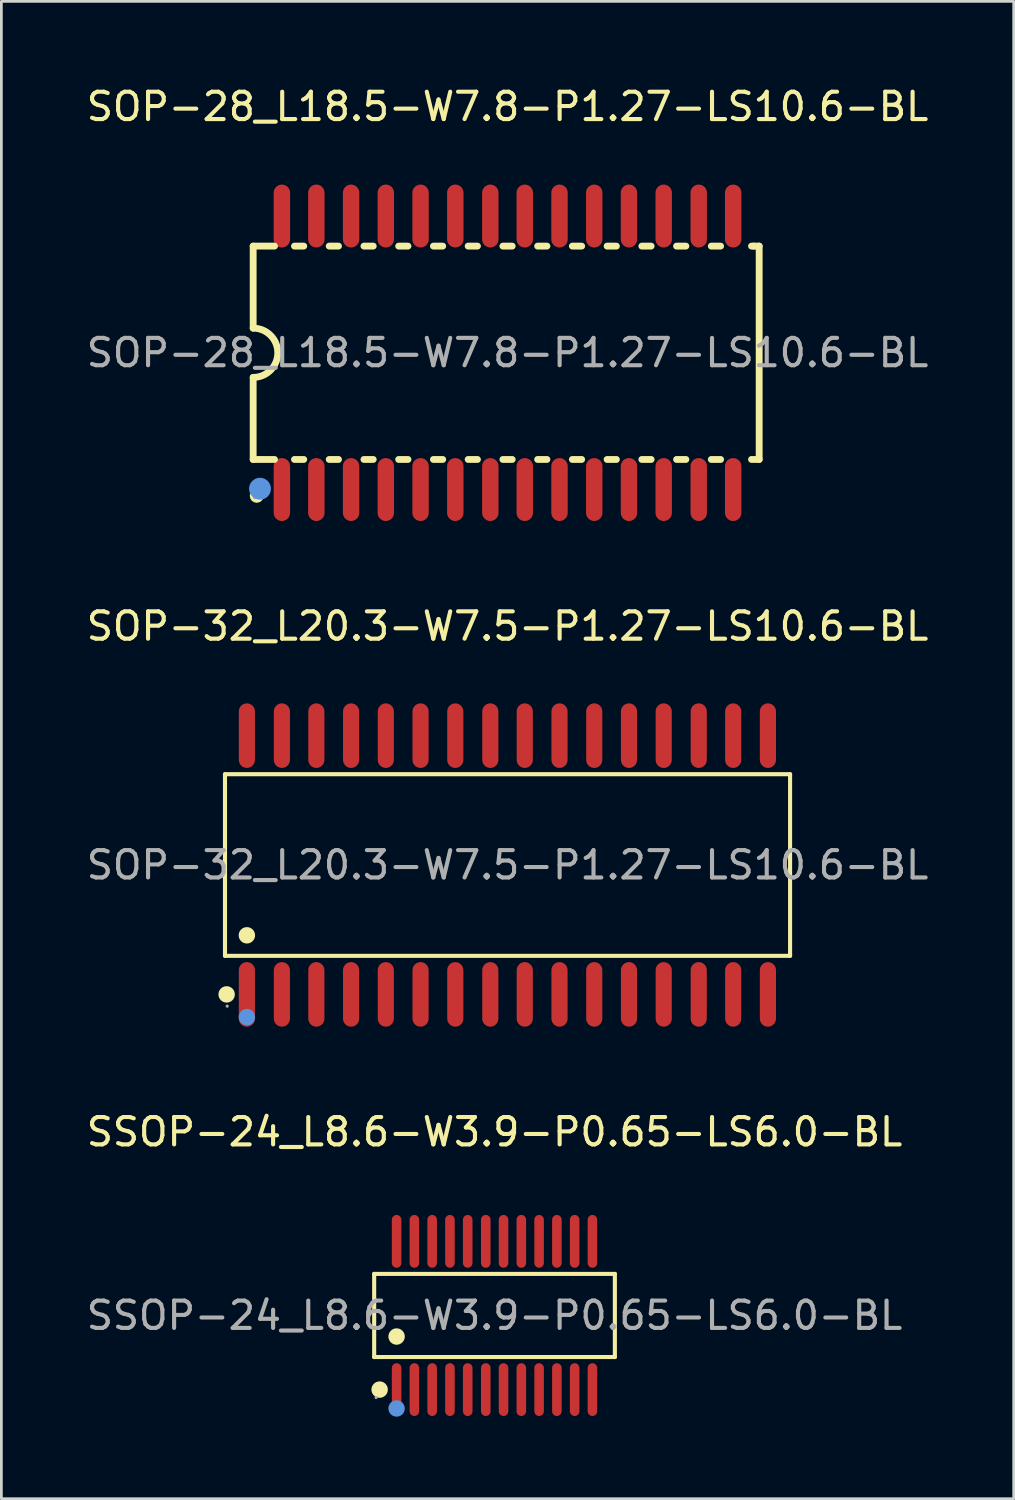
<source format=kicad_pcb>
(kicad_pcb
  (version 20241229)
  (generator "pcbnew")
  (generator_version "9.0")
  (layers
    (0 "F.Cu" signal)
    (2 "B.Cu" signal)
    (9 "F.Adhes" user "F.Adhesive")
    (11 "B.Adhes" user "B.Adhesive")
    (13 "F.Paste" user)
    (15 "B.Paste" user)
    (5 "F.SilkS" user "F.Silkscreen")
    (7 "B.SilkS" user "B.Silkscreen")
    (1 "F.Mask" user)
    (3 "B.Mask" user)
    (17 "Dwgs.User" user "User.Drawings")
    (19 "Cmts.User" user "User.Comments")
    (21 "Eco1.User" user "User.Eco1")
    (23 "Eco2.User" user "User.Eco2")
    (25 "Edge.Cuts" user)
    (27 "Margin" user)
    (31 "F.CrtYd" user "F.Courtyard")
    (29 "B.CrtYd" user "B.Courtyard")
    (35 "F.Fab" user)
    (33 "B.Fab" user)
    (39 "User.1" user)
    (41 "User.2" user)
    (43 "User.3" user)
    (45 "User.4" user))
  (footprint "SOP-32_L20.3-W7.5-P1.27-LS10.6-BL"
    (layer "F.Cu")
    (at 15.506 28.576)
    (property "Reference" "SOP-32_L20.3-W7.5-P1.27-LS10.6-BL" (at 0 -8.73 0) (layer "F.SilkS") (effects (font (size 1 1) (thickness 0.15))))
    (attr through_hole)
    (fp_line (start -10.33 -3.32) (end 10.33 -3.32) (stroke (width 0.15) (type solid)) (layer "F.SilkS"))
    (fp_line (start -10.33 3.32) (end -10.33 -3.32) (stroke (width 0.15) (type solid)) (layer "F.SilkS"))
    (fp_line (start 10.33 -3.32) (end 10.33 3.32) (stroke (width 0.15) (type solid)) (layer "F.SilkS"))
    (fp_line (start 10.33 3.32) (end -10.33 3.32) (stroke (width 0.15) (type solid)) (layer "F.SilkS"))
    (fp_circle (center -10.27 4.73) (end -10.12 4.73) (stroke (width 0.3) (type solid)) (fill no) (layer "F.SilkS"))
    (fp_circle (center -9.53 2.57) (end -9.38 2.57) (stroke (width 0.3) (type solid)) (fill no) (layer "F.SilkS"))
    (fp_circle (center -9.53 5.56) (end -9.38 5.56) (stroke (width 0.3) (type solid)) (fill no) (layer "Cmts.User"))
    (fp_circle (center -10.25 5.16) (end -10.22 5.16) (stroke (width 0.06) (type solid)) (fill no) (layer "F.Fab"))
    (fp_text user "${REFERENCE}" (at 0 0 0) (layer "F.Fab") (effects (font (size 1 1) (thickness 0.15))))
    (pad "1" smd oval (at -9.53 4.73) (size 0.59 2.36) (layers "F.Cu" "F.Mask" "F.Paste"))
    (pad "2" smd oval (at -8.25 4.73) (size 0.59 2.36) (layers "F.Cu" "F.Mask" "F.Paste"))
    (pad "3" smd oval (at -6.99 4.73) (size 0.59 2.36) (layers "F.Cu" "F.Mask" "F.Paste"))
    (pad "4" smd oval (at -5.72 4.73) (size 0.59 2.36) (layers "F.Cu" "F.Mask" "F.Paste"))
    (pad "5" smd oval (at -4.45 4.73) (size 0.59 2.36) (layers "F.Cu" "F.Mask" "F.Paste"))
    (pad "6" smd oval (at -3.18 4.73) (size 0.59 2.36) (layers "F.Cu" "F.Mask" "F.Paste"))
    (pad "7" smd oval (at -1.91 4.73) (size 0.59 2.36) (layers "F.Cu" "F.Mask" "F.Paste"))
    (pad "8" smd oval (at -0.63 4.73) (size 0.59 2.36) (layers "F.Cu" "F.Mask" "F.Paste"))
    (pad "9" smd oval (at 0.63 4.73) (size 0.59 2.36) (layers "F.Cu" "F.Mask" "F.Paste"))
    (pad "10" smd oval (at 1.9 4.73) (size 0.59 2.36) (layers "F.Cu" "F.Mask" "F.Paste"))
    (pad "11" smd oval (at 3.17 4.73) (size 0.59 2.36) (layers "F.Cu" "F.Mask" "F.Paste"))
    (pad "12" smd oval (at 4.44 4.73) (size 0.59 2.36) (layers "F.Cu" "F.Mask" "F.Paste"))
    (pad "13" smd oval (at 5.71 4.73) (size 0.59 2.36) (layers "F.Cu" "F.Mask" "F.Paste"))
    (pad "14" smd oval (at 6.99 4.73) (size 0.59 2.36) (layers "F.Cu" "F.Mask" "F.Paste"))
    (pad "15" smd oval (at 8.25 4.73) (size 0.59 2.36) (layers "F.Cu" "F.Mask" "F.Paste"))
    (pad "16" smd oval (at 9.52 4.73) (size 0.59 2.36) (layers "F.Cu" "F.Mask" "F.Paste"))
    (pad "17" smd oval (at 9.52 -4.73) (size 0.59 2.36) (layers "F.Cu" "F.Mask" "F.Paste"))
    (pad "18" smd oval (at 8.25 -4.73) (size 0.59 2.36) (layers "F.Cu" "F.Mask" "F.Paste"))
    (pad "19" smd oval (at 6.99 -4.73) (size 0.59 2.36) (layers "F.Cu" "F.Mask" "F.Paste"))
    (pad "20" smd oval (at 5.71 -4.73) (size 0.59 2.36) (layers "F.Cu" "F.Mask" "F.Paste"))
    (pad "21" smd oval (at 4.44 -4.73) (size 0.59 2.36) (layers "F.Cu" "F.Mask" "F.Paste"))
    (pad "22" smd oval (at 3.17 -4.73) (size 0.59 2.36) (layers "F.Cu" "F.Mask" "F.Paste"))
    (pad "23" smd oval (at 1.9 -4.73) (size 0.59 2.36) (layers "F.Cu" "F.Mask" "F.Paste"))
    (pad "24" smd oval (at 0.63 -4.73) (size 0.59 2.36) (layers "F.Cu" "F.Mask" "F.Paste"))
    (pad "25" smd oval (at -0.63 -4.73) (size 0.59 2.36) (layers "F.Cu" "F.Mask" "F.Paste"))
    (pad "26" smd oval (at -1.91 -4.73) (size 0.59 2.36) (layers "F.Cu" "F.Mask" "F.Paste"))
    (pad "27" smd oval (at -3.18 -4.73) (size 0.59 2.36) (layers "F.Cu" "F.Mask" "F.Paste"))
    (pad "28" smd oval (at -4.45 -4.73) (size 0.59 2.36) (layers "F.Cu" "F.Mask" "F.Paste"))
    (pad "29" smd oval (at -5.72 -4.73) (size 0.59 2.36) (layers "F.Cu" "F.Mask" "F.Paste"))
    (pad "30" smd oval (at -6.99 -4.73) (size 0.59 2.36) (layers "F.Cu" "F.Mask" "F.Paste"))
    (pad "31" smd oval (at -8.25 -4.73) (size 0.59 2.36) (layers "F.Cu" "F.Mask" "F.Paste"))
    (pad "32" smd oval (at -9.53 -4.73) (size 0.59 2.36) (layers "F.Cu" "F.Mask" "F.Paste")))
  (footprint "SOP-28_L18.5-W7.8-P1.27-LS10.6-BL"
    (layer "F.Cu")
    (at 15.506 9.848)
    (property "Reference" "SOP-28_L18.5-W7.8-P1.27-LS10.6-BL" (at 0 -9 0) (layer "F.SilkS") (effects (font (size 1 1) (thickness 0.15))))
    (attr through_hole)
    (fp_line (start -9.3 -3.9) (end -9.3 -0.9) (stroke (width 0.25) (type solid)) (layer "F.SilkS"))
    (fp_line (start -9.3 -3.9) (end -8.52 -3.9) (stroke (width 0.25) (type solid)) (layer "F.SilkS"))
    (fp_line (start -9.3 3.9) (end -9.3 0.9) (stroke (width 0.25) (type solid)) (layer "F.SilkS"))
    (fp_line (start -9.3 3.9) (end -8.52 3.9) (stroke (width 0.25) (type solid)) (layer "F.SilkS"))
    (fp_line (start -7.79 -3.9) (end -7.45 -3.9) (stroke (width 0.25) (type solid)) (layer "F.SilkS"))
    (fp_line (start -7.79 3.9) (end -7.45 3.9) (stroke (width 0.25) (type solid)) (layer "F.SilkS"))
    (fp_line (start -6.52 -3.9) (end -6.18 -3.9) (stroke (width 0.25) (type solid)) (layer "F.SilkS"))
    (fp_line (start -6.52 3.9) (end -6.18 3.9) (stroke (width 0.25) (type solid)) (layer "F.SilkS"))
    (fp_line (start -5.25 -3.9) (end -4.91 -3.9) (stroke (width 0.25) (type solid)) (layer "F.SilkS"))
    (fp_line (start -5.25 3.9) (end -4.91 3.9) (stroke (width 0.25) (type solid)) (layer "F.SilkS"))
    (fp_line (start -3.98 -3.9) (end -3.64 -3.9) (stroke (width 0.25) (type solid)) (layer "F.SilkS"))
    (fp_line (start -3.98 3.9) (end -3.64 3.9) (stroke (width 0.25) (type solid)) (layer "F.SilkS"))
    (fp_line (start -2.71 -3.9) (end -2.37 -3.9) (stroke (width 0.25) (type solid)) (layer "F.SilkS"))
    (fp_line (start -2.71 3.9) (end -2.37 3.9) (stroke (width 0.25) (type solid)) (layer "F.SilkS"))
    (fp_line (start -1.44 -3.9) (end -1.1 -3.9) (stroke (width 0.25) (type solid)) (layer "F.SilkS"))
    (fp_line (start -1.44 3.9) (end -1.1 3.9) (stroke (width 0.25) (type solid)) (layer "F.SilkS"))
    (fp_line (start -0.17 -3.9) (end 0.17 -3.9) (stroke (width 0.25) (type solid)) (layer "F.SilkS"))
    (fp_line (start -0.17 3.9) (end 0.17 3.9) (stroke (width 0.25) (type solid)) (layer "F.SilkS"))
    (fp_line (start 1.1 -3.9) (end 1.44 -3.9) (stroke (width 0.25) (type solid)) (layer "F.SilkS"))
    (fp_line (start 1.1 3.9) (end 1.44 3.9) (stroke (width 0.25) (type solid)) (layer "F.SilkS"))
    (fp_line (start 2.37 -3.9) (end 2.71 -3.9) (stroke (width 0.25) (type solid)) (layer "F.SilkS"))
    (fp_line (start 2.37 3.9) (end 2.71 3.9) (stroke (width 0.25) (type solid)) (layer "F.SilkS"))
    (fp_line (start 3.64 -3.9) (end 3.98 -3.9) (stroke (width 0.25) (type solid)) (layer "F.SilkS"))
    (fp_line (start 3.64 3.9) (end 3.98 3.9) (stroke (width 0.25) (type solid)) (layer "F.SilkS"))
    (fp_line (start 4.91 -3.9) (end 5.25 -3.9) (stroke (width 0.25) (type solid)) (layer "F.SilkS"))
    (fp_line (start 4.91 3.9) (end 5.25 3.9) (stroke (width 0.25) (type solid)) (layer "F.SilkS"))
    (fp_line (start 6.18 -3.9) (end 6.52 -3.9) (stroke (width 0.25) (type solid)) (layer "F.SilkS"))
    (fp_line (start 6.18 3.9) (end 6.52 3.9) (stroke (width 0.25) (type solid)) (layer "F.SilkS"))
    (fp_line (start 7.45 -3.9) (end 7.79 -3.9) (stroke (width 0.25) (type solid)) (layer "F.SilkS"))
    (fp_line (start 7.45 3.9) (end 7.79 3.9) (stroke (width 0.25) (type solid)) (layer "F.SilkS"))
    (fp_line (start 8.92 -3.9) (end 9 -3.9) (stroke (width 0.25) (type solid)) (layer "F.SilkS"))
    (fp_line (start 8.92 3.9) (end 9.2 3.9) (stroke (width 0.25) (type solid)) (layer "F.SilkS"))
    (fp_line (start 9 -3.9) (end 9.2 -3.9) (stroke (width 0.25) (type solid)) (layer "F.SilkS"))
    (fp_line (start 9.2 -3.9) (end 9.2 3.9) (stroke (width 0.25) (type solid)) (layer "F.SilkS"))
    (fp_arc (start -9.3 -0.9) (mid -8.4 0) (end -9.3 0.9) (stroke (width 0.25) (type solid)) (layer "F.SilkS"))
    (fp_circle (center -9.17 5.23) (end -9.04 5.23) (stroke (width 0.25) (type solid)) (fill no) (layer "F.SilkS"))
    (fp_circle (center -9.05 4.97) (end -8.85 4.97) (stroke (width 0.4) (type solid)) (fill no) (layer "Cmts.User"))
    (fp_circle (center -9.25 5.3) (end -9.22 5.3) (stroke (width 0.06) (type solid)) (fill no) (layer "F.Fab"))
    (fp_text user "${REFERENCE}" (at 0 0 0) (layer "F.Fab") (effects (font (size 1 1) (thickness 0.15))))
    (pad "1" smd oval (at -8.25 5) (size 0.6 2.3) (layers "F.Cu" "F.Mask" "F.Paste"))
    (pad "2" smd oval (at -6.99 5) (size 0.6 2.3) (layers "F.Cu" "F.Mask" "F.Paste"))
    (pad "3" smd oval (at -5.72 5) (size 0.6 2.3) (layers "F.Cu" "F.Mask" "F.Paste"))
    (pad "4" smd oval (at -4.45 5) (size 0.6 2.3) (layers "F.Cu" "F.Mask" "F.Paste"))
    (pad "5" smd oval (at -3.18 5) (size 0.6 2.3) (layers "F.Cu" "F.Mask" "F.Paste"))
    (pad "6" smd oval (at -1.91 5) (size 0.6 2.3) (layers "F.Cu" "F.Mask" "F.Paste"))
    (pad "7" smd oval (at -0.63 5) (size 0.6 2.3) (layers "F.Cu" "F.Mask" "F.Paste"))
    (pad "8" smd oval (at 0.63 5) (size 0.6 2.3) (layers "F.Cu" "F.Mask" "F.Paste"))
    (pad "9" smd oval (at 1.9 5) (size 0.6 2.3) (layers "F.Cu" "F.Mask" "F.Paste"))
    (pad "10" smd oval (at 3.17 5) (size 0.6 2.3) (layers "F.Cu" "F.Mask" "F.Paste"))
    (pad "11" smd oval (at 4.44 5) (size 0.6 2.3) (layers "F.Cu" "F.Mask" "F.Paste"))
    (pad "12" smd oval (at 5.71 5) (size 0.6 2.3) (layers "F.Cu" "F.Mask" "F.Paste"))
    (pad "13" smd oval (at 6.99 5) (size 0.6 2.3) (layers "F.Cu" "F.Mask" "F.Paste"))
    (pad "14" smd oval (at 8.25 5) (size 0.6 2.3) (layers "F.Cu" "F.Mask" "F.Paste"))
    (pad "15" smd oval (at 8.25 -5) (size 0.6 2.3) (layers "F.Cu" "F.Mask" "F.Paste"))
    (pad "16" smd oval (at 6.99 -5) (size 0.6 2.3) (layers "F.Cu" "F.Mask" "F.Paste"))
    (pad "17" smd oval (at 5.71 -5) (size 0.6 2.3) (layers "F.Cu" "F.Mask" "F.Paste"))
    (pad "18" smd oval (at 4.44 -5) (size 0.6 2.3) (layers "F.Cu" "F.Mask" "F.Paste"))
    (pad "19" smd oval (at 3.17 -5) (size 0.6 2.3) (layers "F.Cu" "F.Mask" "F.Paste"))
    (pad "20" smd oval (at 1.9 -5) (size 0.6 2.3) (layers "F.Cu" "F.Mask" "F.Paste"))
    (pad "21" smd oval (at 0.63 -5) (size 0.6 2.3) (layers "F.Cu" "F.Mask" "F.Paste"))
    (pad "22" smd oval (at -0.63 -5) (size 0.6 2.3) (layers "F.Cu" "F.Mask" "F.Paste"))
    (pad "23" smd oval (at -1.91 -5) (size 0.6 2.3) (layers "F.Cu" "F.Mask" "F.Paste"))
    (pad "24" smd oval (at -3.18 -5) (size 0.6 2.3) (layers "F.Cu" "F.Mask" "F.Paste"))
    (pad "25" smd oval (at -4.45 -5) (size 0.6 2.3) (layers "F.Cu" "F.Mask" "F.Paste"))
    (pad "26" smd oval (at -5.72 -5) (size 0.6 2.3) (layers "F.Cu" "F.Mask" "F.Paste"))
    (pad "27" smd oval (at -6.99 -5) (size 0.6 2.3) (layers "F.Cu" "F.Mask" "F.Paste"))
    (pad "28" smd oval (at -8.25 -5) (size 0.6 2.3) (layers "F.Cu" "F.Mask" "F.Paste")))
  (footprint "SSOP-24_L8.6-W3.9-P0.65-LS6.0-BL"
    (layer "F.Cu")
    (at 15.03 45.045)
    (property "Reference" "SSOP-24_L8.6-W3.9-P0.65-LS6.0-BL" (at 0 -6.71 0) (layer "F.SilkS") (effects (font (size 1 1) (thickness 0.15))))
    (attr through_hole)
    (fp_line (start -4.4 -1.52) (end 4.4 -1.52) (stroke (width 0.15) (type solid)) (layer "F.SilkS"))
    (fp_line (start -4.4 1.52) (end -4.4 -1.52) (stroke (width 0.15) (type solid)) (layer "F.SilkS"))
    (fp_line (start 4.4 -1.52) (end 4.4 1.52) (stroke (width 0.15) (type solid)) (layer "F.SilkS"))
    (fp_line (start 4.4 1.52) (end -4.4 1.52) (stroke (width 0.15) (type solid)) (layer "F.SilkS"))
    (fp_circle (center -4.2 2.71) (end -4.05 2.71) (stroke (width 0.3) (type solid)) (fill no) (layer "F.SilkS"))
    (fp_circle (center -3.58 0.77) (end -3.43 0.77) (stroke (width 0.3) (type solid)) (fill no) (layer "F.SilkS"))
    (fp_circle (center -3.58 3.4) (end -3.43 3.4) (stroke (width 0.3) (type solid)) (fill no) (layer "Cmts.User"))
    (fp_circle (center -4.33 3) (end -4.3 3) (stroke (width 0.06) (type solid)) (fill no) (layer "F.Fab"))
    (fp_text user "${REFERENCE}" (at 0 0 0) (layer "F.Fab") (effects (font (size 1 1) (thickness 0.15))))
    (pad "1" smd oval (at -3.58 2.71) (size 0.35 1.93) (layers "F.Cu" "F.Mask" "F.Paste"))
    (pad "2" smd oval (at -2.93 2.71) (size 0.35 1.93) (layers "F.Cu" "F.Mask" "F.Paste"))
    (pad "3" smd oval (at -2.28 2.71) (size 0.35 1.93) (layers "F.Cu" "F.Mask" "F.Paste"))
    (pad "4" smd oval (at -1.63 2.71) (size 0.35 1.93) (layers "F.Cu" "F.Mask" "F.Paste"))
    (pad "5" smd oval (at -0.98 2.71) (size 0.35 1.93) (layers "F.Cu" "F.Mask" "F.Paste"))
    (pad "6" smd oval (at -0.32 2.71) (size 0.35 1.93) (layers "F.Cu" "F.Mask" "F.Paste"))
    (pad "7" smd oval (at 0.33 2.71) (size 0.35 1.93) (layers "F.Cu" "F.Mask" "F.Paste"))
    (pad "8" smd oval (at 0.98 2.71) (size 0.35 1.93) (layers "F.Cu" "F.Mask" "F.Paste"))
    (pad "9" smd oval (at 1.63 2.71) (size 0.35 1.93) (layers "F.Cu" "F.Mask" "F.Paste"))
    (pad "10" smd oval (at 2.28 2.71) (size 0.35 1.93) (layers "F.Cu" "F.Mask" "F.Paste"))
    (pad "11" smd oval (at 2.93 2.71) (size 0.35 1.93) (layers "F.Cu" "F.Mask" "F.Paste"))
    (pad "12" smd oval (at 3.58 2.71) (size 0.35 1.93) (layers "F.Cu" "F.Mask" "F.Paste"))
    (pad "13" smd oval (at 3.58 -2.71) (size 0.35 1.93) (layers "F.Cu" "F.Mask" "F.Paste"))
    (pad "14" smd oval (at 2.93 -2.71) (size 0.35 1.93) (layers "F.Cu" "F.Mask" "F.Paste"))
    (pad "15" smd oval (at 2.28 -2.71) (size 0.35 1.93) (layers "F.Cu" "F.Mask" "F.Paste"))
    (pad "16" smd oval (at 1.63 -2.71) (size 0.35 1.93) (layers "F.Cu" "F.Mask" "F.Paste"))
    (pad "17" smd oval (at 0.98 -2.71) (size 0.35 1.93) (layers "F.Cu" "F.Mask" "F.Paste"))
    (pad "18" smd oval (at 0.33 -2.71) (size 0.35 1.93) (layers "F.Cu" "F.Mask" "F.Paste"))
    (pad "19" smd oval (at -0.32 -2.71) (size 0.35 1.93) (layers "F.Cu" "F.Mask" "F.Paste"))
    (pad "20" smd oval (at -0.98 -2.71) (size 0.35 1.93) (layers "F.Cu" "F.Mask" "F.Paste"))
    (pad "21" smd oval (at -1.63 -2.71) (size 0.35 1.93) (layers "F.Cu" "F.Mask" "F.Paste"))
    (pad "22" smd oval (at -2.28 -2.71) (size 0.35 1.93) (layers "F.Cu" "F.Mask" "F.Paste"))
    (pad "23" smd oval (at -2.93 -2.71) (size 0.35 1.93) (layers "F.Cu" "F.Mask" "F.Paste"))
    (pad "24" smd oval (at -3.58 -2.71) (size 0.35 1.93) (layers "F.Cu" "F.Mask" "F.Paste")))
  (gr_rect
    (start -3 -3)
    (end 34.012 51.745)
    (stroke (width 0.1) (type default))
    (fill no)
    (layer "Edge.Cuts")))
</source>
